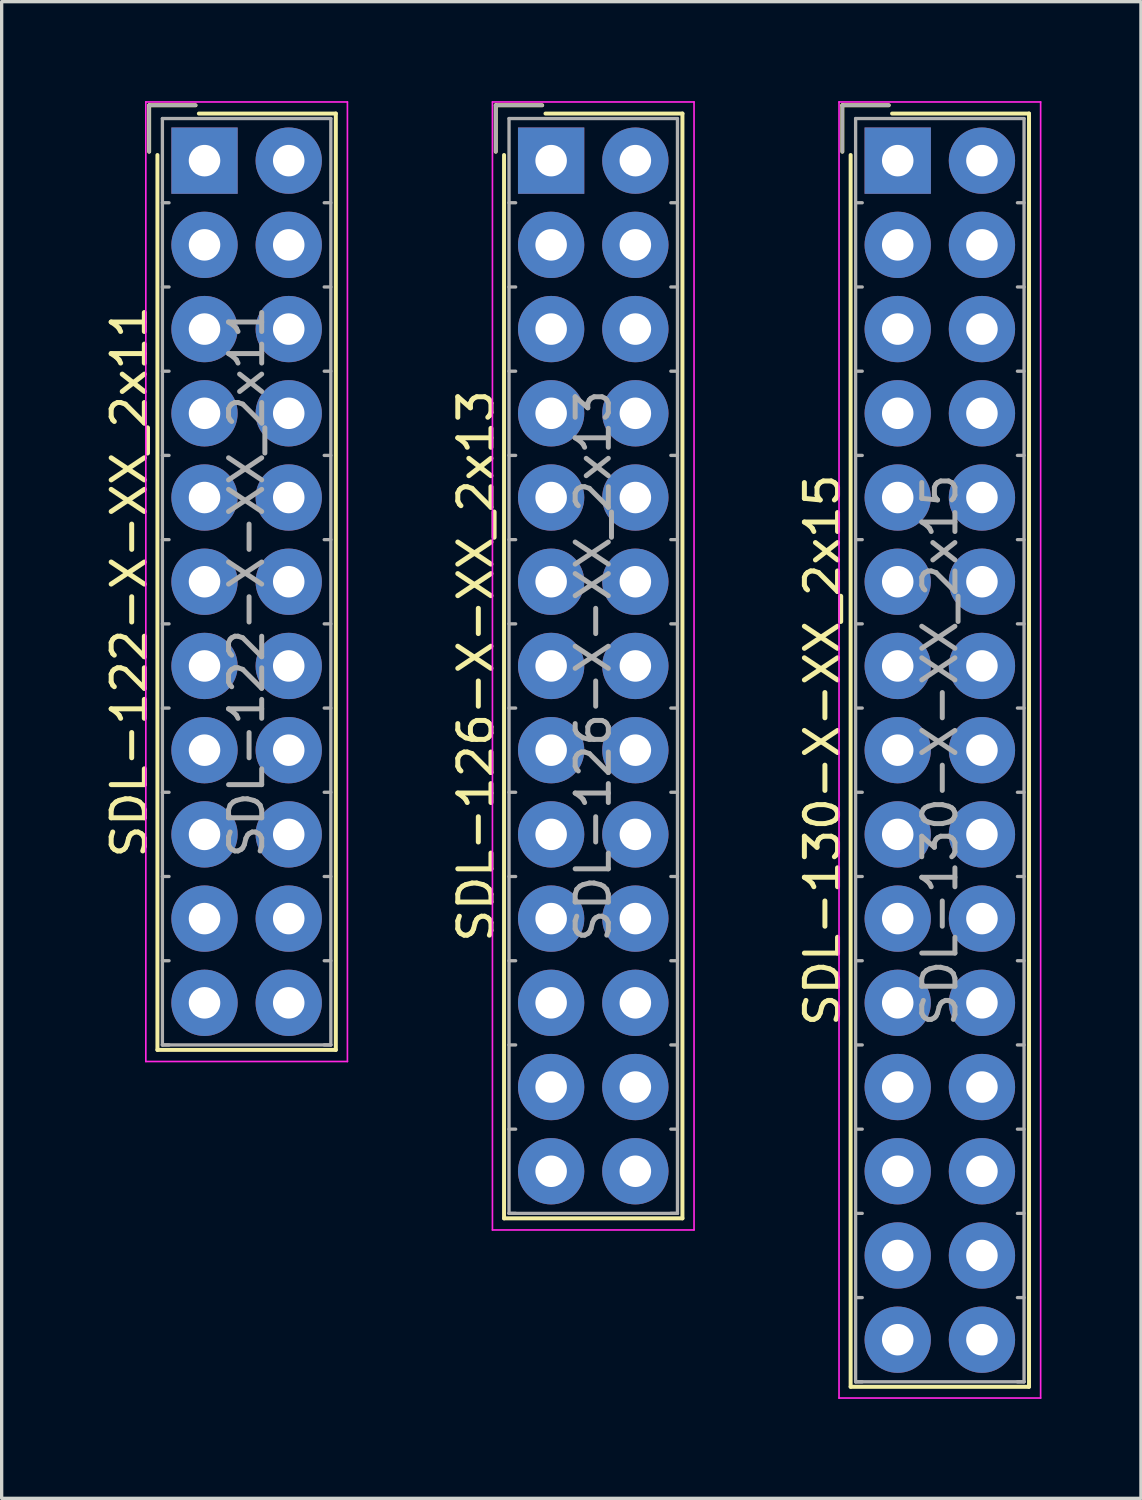
<source format=kicad_pcb>
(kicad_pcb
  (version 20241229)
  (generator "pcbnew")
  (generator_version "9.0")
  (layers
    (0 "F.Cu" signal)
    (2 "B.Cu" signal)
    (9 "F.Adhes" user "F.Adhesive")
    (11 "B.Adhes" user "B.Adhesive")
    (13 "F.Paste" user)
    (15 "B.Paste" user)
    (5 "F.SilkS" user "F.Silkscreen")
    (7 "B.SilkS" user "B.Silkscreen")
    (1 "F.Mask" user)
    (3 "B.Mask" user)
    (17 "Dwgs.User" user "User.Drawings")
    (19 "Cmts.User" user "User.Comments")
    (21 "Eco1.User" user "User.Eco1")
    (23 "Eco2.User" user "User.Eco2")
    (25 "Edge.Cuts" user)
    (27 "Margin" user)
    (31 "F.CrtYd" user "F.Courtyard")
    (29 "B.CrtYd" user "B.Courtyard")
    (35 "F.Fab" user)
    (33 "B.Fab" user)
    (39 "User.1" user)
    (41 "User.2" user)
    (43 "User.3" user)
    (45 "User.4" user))
  (footprint "SDL-130-X-XX_2x15"
    (layer "F.Cu")
    (at 24.025 1.795)
    (property "Reference" "SDL-130-X-XX_2x15" (at -2.27 17.78 90) (layer "F.SilkS") (effects (font (size 1 1) (thickness 0.15))))
    (attr through_hole)
    (fp_line (start -1.67 -1.67) (end -1.67 -0.27) (stroke (width 0.12) (type solid)) (layer "F.SilkS"))
    (fp_line (start -1.42 36.98) (end -1.42 -0.17) (stroke (width 0.12) (type solid)) (layer "F.SilkS"))
    (fp_line (start -0.27 -1.67) (end -1.67 -1.67) (stroke (width 0.12) (type solid)) (layer "F.SilkS"))
    (fp_line (start -0.17 -1.42) (end 3.96 -1.42) (stroke (width 0.12) (type solid)) (layer "F.SilkS"))
    (fp_line (start 3.96 -1.42) (end 3.96 36.98) (stroke (width 0.12) (type solid)) (layer "F.SilkS"))
    (fp_line (start 3.96 36.98) (end -1.42 36.98) (stroke (width 0.12) (type solid)) (layer "F.SilkS"))
    (fp_line (start -1.77 -1.77) (end -1.77 37.32) (stroke (width 0.05) (type solid)) (layer "F.CrtYd"))
    (fp_line (start -1.77 37.32) (end 4.31 37.32) (stroke (width 0.05) (type solid)) (layer "F.CrtYd"))
    (fp_line (start 4.31 -1.77) (end -1.77 -1.77) (stroke (width 0.05) (type solid)) (layer "F.CrtYd"))
    (fp_line (start 4.31 37.32) (end 4.31 -1.77) (stroke (width 0.05) (type solid)) (layer "F.CrtYd"))
    (fp_line (start -1.67 -1.67) (end -1.67 -0.27) (stroke (width 0.1) (type solid)) (layer "F.Fab"))
    (fp_line (start -1.27 -1.27) (end -1.27 36.83) (stroke (width 0.1) (type solid)) (layer "F.Fab"))
    (fp_line (start -1.27 1.27) (end -1.07 1.27) (stroke (width 0.1) (type solid)) (layer "F.Fab"))
    (fp_line (start -1.27 3.81) (end -1.07 3.81) (stroke (width 0.1) (type solid)) (layer "F.Fab"))
    (fp_line (start -1.27 6.35) (end -1.07 6.35) (stroke (width 0.1) (type solid)) (layer "F.Fab"))
    (fp_line (start -1.27 8.89) (end -1.07 8.89) (stroke (width 0.1) (type solid)) (layer "F.Fab"))
    (fp_line (start -1.27 11.43) (end -1.07 11.43) (stroke (width 0.1) (type solid)) (layer "F.Fab"))
    (fp_line (start -1.27 13.97) (end -1.07 13.97) (stroke (width 0.1) (type solid)) (layer "F.Fab"))
    (fp_line (start -1.27 16.51) (end -1.07 16.51) (stroke (width 0.1) (type solid)) (layer "F.Fab"))
    (fp_line (start -1.27 19.05) (end -1.07 19.05) (stroke (width 0.1) (type solid)) (layer "F.Fab"))
    (fp_line (start -1.27 21.59) (end -1.07 21.59) (stroke (width 0.1) (type solid)) (layer "F.Fab"))
    (fp_line (start -1.27 24.13) (end -1.07 24.13) (stroke (width 0.1) (type solid)) (layer "F.Fab"))
    (fp_line (start -1.27 26.67) (end -1.07 26.67) (stroke (width 0.1) (type solid)) (layer "F.Fab"))
    (fp_line (start -1.27 29.21) (end -1.07 29.21) (stroke (width 0.1) (type solid)) (layer "F.Fab"))
    (fp_line (start -1.27 31.75) (end -1.07 31.75) (stroke (width 0.1) (type solid)) (layer "F.Fab"))
    (fp_line (start -1.27 34.29) (end -1.07 34.29) (stroke (width 0.1) (type solid)) (layer "F.Fab"))
    (fp_line (start -1.27 36.83) (end -1.07 36.83) (stroke (width 0.1) (type solid)) (layer "F.Fab"))
    (fp_line (start -1.27 36.83) (end 3.81 36.83) (stroke (width 0.1) (type solid)) (layer "F.Fab"))
    (fp_line (start -0.27 -1.67) (end -1.67 -1.67) (stroke (width 0.1) (type solid)) (layer "F.Fab"))
    (fp_line (start 3.81 -1.27) (end -1.27 -1.27) (stroke (width 0.1) (type solid)) (layer "F.Fab"))
    (fp_line (start 3.81 1.27) (end 3.61 1.27) (stroke (width 0.1) (type solid)) (layer "F.Fab"))
    (fp_line (start 3.81 3.81) (end 3.61 3.81) (stroke (width 0.1) (type solid)) (layer "F.Fab"))
    (fp_line (start 3.81 6.35) (end 3.61 6.35) (stroke (width 0.1) (type solid)) (layer "F.Fab"))
    (fp_line (start 3.81 8.89) (end 3.61 8.89) (stroke (width 0.1) (type solid)) (layer "F.Fab"))
    (fp_line (start 3.81 11.43) (end 3.61 11.43) (stroke (width 0.1) (type solid)) (layer "F.Fab"))
    (fp_line (start 3.81 13.97) (end 3.61 13.97) (stroke (width 0.1) (type solid)) (layer "F.Fab"))
    (fp_line (start 3.81 16.51) (end 3.61 16.51) (stroke (width 0.1) (type solid)) (layer "F.Fab"))
    (fp_line (start 3.81 19.05) (end 3.61 19.05) (stroke (width 0.1) (type solid)) (layer "F.Fab"))
    (fp_line (start 3.81 21.59) (end 3.61 21.59) (stroke (width 0.1) (type solid)) (layer "F.Fab"))
    (fp_line (start 3.81 24.13) (end 3.61 24.13) (stroke (width 0.1) (type solid)) (layer "F.Fab"))
    (fp_line (start 3.81 26.67) (end 3.61 26.67) (stroke (width 0.1) (type solid)) (layer "F.Fab"))
    (fp_line (start 3.81 29.21) (end 3.61 29.21) (stroke (width 0.1) (type solid)) (layer "F.Fab"))
    (fp_line (start 3.81 31.75) (end 3.61 31.75) (stroke (width 0.1) (type solid)) (layer "F.Fab"))
    (fp_line (start 3.81 34.29) (end 3.61 34.29) (stroke (width 0.1) (type solid)) (layer "F.Fab"))
    (fp_line (start 3.81 36.83) (end 3.61 36.83) (stroke (width 0.1) (type solid)) (layer "F.Fab"))
    (fp_line (start 3.81 36.83) (end 3.81 -1.27) (stroke (width 0.1) (type solid)) (layer "F.Fab"))
    (fp_text user "${REFERENCE}" (at 1.27 17.78 90) (layer "F.Fab") (effects (font (size 1 1) (thickness 0.15))))
    (pad "1" thru_hole rect (at 0 0) (size 2 2) (drill 0.95) (layers "*.Cu" "*.Mask"))
    (pad "2" thru_hole circle (at 2.54 0) (size 2 2) (drill 0.95) (layers "*.Cu" "*.Mask"))
    (pad "3" thru_hole circle (at 0 2.54) (size 2 2) (drill 0.95) (layers "*.Cu" "*.Mask"))
    (pad "4" thru_hole circle (at 2.54 2.54) (size 2 2) (drill 0.95) (layers "*.Cu" "*.Mask"))
    (pad "5" thru_hole circle (at 0 5.08) (size 2 2) (drill 0.95) (layers "*.Cu" "*.Mask"))
    (pad "6" thru_hole circle (at 2.54 5.08) (size 2 2) (drill 0.95) (layers "*.Cu" "*.Mask"))
    (pad "7" thru_hole circle (at 0 7.62) (size 2 2) (drill 0.95) (layers "*.Cu" "*.Mask"))
    (pad "8" thru_hole circle (at 2.54 7.62) (size 2 2) (drill 0.95) (layers "*.Cu" "*.Mask"))
    (pad "9" thru_hole circle (at 0 10.16) (size 2 2) (drill 0.95) (layers "*.Cu" "*.Mask"))
    (pad "10" thru_hole circle (at 2.54 10.16) (size 2 2) (drill 0.95) (layers "*.Cu" "*.Mask"))
    (pad "11" thru_hole circle (at 0 12.7) (size 2 2) (drill 0.95) (layers "*.Cu" "*.Mask"))
    (pad "12" thru_hole circle (at 2.54 12.7) (size 2 2) (drill 0.95) (layers "*.Cu" "*.Mask"))
    (pad "13" thru_hole circle (at 0 15.24) (size 2 2) (drill 0.95) (layers "*.Cu" "*.Mask"))
    (pad "14" thru_hole circle (at 2.54 15.24) (size 2 2) (drill 0.95) (layers "*.Cu" "*.Mask"))
    (pad "15" thru_hole circle (at 0 17.78) (size 2 2) (drill 0.95) (layers "*.Cu" "*.Mask"))
    (pad "16" thru_hole circle (at 2.54 17.78) (size 2 2) (drill 0.95) (layers "*.Cu" "*.Mask"))
    (pad "17" thru_hole circle (at 0 20.32) (size 2 2) (drill 0.95) (layers "*.Cu" "*.Mask"))
    (pad "18" thru_hole circle (at 2.54 20.32) (size 2 2) (drill 0.95) (layers "*.Cu" "*.Mask"))
    (pad "19" thru_hole circle (at 0 22.86) (size 2 2) (drill 0.95) (layers "*.Cu" "*.Mask"))
    (pad "20" thru_hole circle (at 2.54 22.86) (size 2 2) (drill 0.95) (layers "*.Cu" "*.Mask"))
    (pad "21" thru_hole circle (at 0 25.4) (size 2 2) (drill 0.95) (layers "*.Cu" "*.Mask"))
    (pad "22" thru_hole circle (at 2.54 25.4) (size 2 2) (drill 0.95) (layers "*.Cu" "*.Mask"))
    (pad "23" thru_hole circle (at 0 27.94) (size 2 2) (drill 0.95) (layers "*.Cu" "*.Mask"))
    (pad "24" thru_hole circle (at 2.54 27.94) (size 2 2) (drill 0.95) (layers "*.Cu" "*.Mask"))
    (pad "25" thru_hole circle (at 0 30.48) (size 2 2) (drill 0.95) (layers "*.Cu" "*.Mask"))
    (pad "26" thru_hole circle (at 2.54 30.48) (size 2 2) (drill 0.95) (layers "*.Cu" "*.Mask"))
    (pad "27" thru_hole circle (at 0 33.02) (size 2 2) (drill 0.95) (layers "*.Cu" "*.Mask"))
    (pad "28" thru_hole circle (at 2.54 33.02) (size 2 2) (drill 0.95) (layers "*.Cu" "*.Mask"))
    (pad "29" thru_hole circle (at 0 35.56) (size 2 2) (drill 0.95) (layers "*.Cu" "*.Mask"))
    (pad "30" thru_hole circle (at 2.54 35.56) (size 2 2) (drill 0.95) (layers "*.Cu" "*.Mask")))
  (footprint "SDL-126-X-XX_2x13"
    (layer "F.Cu")
    (at 13.572 1.795)
    (property "Reference" "SDL-126-X-XX_2x13" (at -2.27 15.24 90) (layer "F.SilkS") (effects (font (size 1 1) (thickness 0.15))))
    (attr through_hole)
    (fp_line (start -1.67 -1.67) (end -1.67 -0.27) (stroke (width 0.12) (type solid)) (layer "F.SilkS"))
    (fp_line (start -1.42 31.9) (end -1.42 -0.17) (stroke (width 0.12) (type solid)) (layer "F.SilkS"))
    (fp_line (start -0.27 -1.67) (end -1.67 -1.67) (stroke (width 0.12) (type solid)) (layer "F.SilkS"))
    (fp_line (start -0.17 -1.42) (end 3.96 -1.42) (stroke (width 0.12) (type solid)) (layer "F.SilkS"))
    (fp_line (start 3.96 -1.42) (end 3.96 31.9) (stroke (width 0.12) (type solid)) (layer "F.SilkS"))
    (fp_line (start 3.96 31.9) (end -1.42 31.9) (stroke (width 0.12) (type solid)) (layer "F.SilkS"))
    (fp_line (start -1.77 -1.77) (end -1.77 32.25) (stroke (width 0.05) (type solid)) (layer "F.CrtYd"))
    (fp_line (start -1.77 32.25) (end 4.31 32.25) (stroke (width 0.05) (type solid)) (layer "F.CrtYd"))
    (fp_line (start 4.31 -1.77) (end -1.77 -1.77) (stroke (width 0.05) (type solid)) (layer "F.CrtYd"))
    (fp_line (start 4.31 32.25) (end 4.31 -1.77) (stroke (width 0.05) (type solid)) (layer "F.CrtYd"))
    (fp_line (start -1.67 -1.67) (end -1.67 -0.27) (stroke (width 0.1) (type solid)) (layer "F.Fab"))
    (fp_line (start -1.27 -1.27) (end -1.27 31.75) (stroke (width 0.1) (type solid)) (layer "F.Fab"))
    (fp_line (start -1.27 1.27) (end -1.07 1.27) (stroke (width 0.1) (type solid)) (layer "F.Fab"))
    (fp_line (start -1.27 3.81) (end -1.07 3.81) (stroke (width 0.1) (type solid)) (layer "F.Fab"))
    (fp_line (start -1.27 6.35) (end -1.07 6.35) (stroke (width 0.1) (type solid)) (layer "F.Fab"))
    (fp_line (start -1.27 8.89) (end -1.07 8.89) (stroke (width 0.1) (type solid)) (layer "F.Fab"))
    (fp_line (start -1.27 11.43) (end -1.07 11.43) (stroke (width 0.1) (type solid)) (layer "F.Fab"))
    (fp_line (start -1.27 13.97) (end -1.07 13.97) (stroke (width 0.1) (type solid)) (layer "F.Fab"))
    (fp_line (start -1.27 16.51) (end -1.07 16.51) (stroke (width 0.1) (type solid)) (layer "F.Fab"))
    (fp_line (start -1.27 19.05) (end -1.07 19.05) (stroke (width 0.1) (type solid)) (layer "F.Fab"))
    (fp_line (start -1.27 21.59) (end -1.07 21.59) (stroke (width 0.1) (type solid)) (layer "F.Fab"))
    (fp_line (start -1.27 24.13) (end -1.07 24.13) (stroke (width 0.1) (type solid)) (layer "F.Fab"))
    (fp_line (start -1.27 26.67) (end -1.07 26.67) (stroke (width 0.1) (type solid)) (layer "F.Fab"))
    (fp_line (start -1.27 29.21) (end -1.07 29.21) (stroke (width 0.1) (type solid)) (layer "F.Fab"))
    (fp_line (start -1.27 31.75) (end -1.07 31.75) (stroke (width 0.1) (type solid)) (layer "F.Fab"))
    (fp_line (start -1.27 31.75) (end 3.81 31.75) (stroke (width 0.1) (type solid)) (layer "F.Fab"))
    (fp_line (start -0.27 -1.67) (end -1.67 -1.67) (stroke (width 0.1) (type solid)) (layer "F.Fab"))
    (fp_line (start 3.81 -1.27) (end -1.27 -1.27) (stroke (width 0.1) (type solid)) (layer "F.Fab"))
    (fp_line (start 3.81 1.27) (end 3.61 1.27) (stroke (width 0.1) (type solid)) (layer "F.Fab"))
    (fp_line (start 3.81 3.81) (end 3.61 3.81) (stroke (width 0.1) (type solid)) (layer "F.Fab"))
    (fp_line (start 3.81 6.35) (end 3.61 6.35) (stroke (width 0.1) (type solid)) (layer "F.Fab"))
    (fp_line (start 3.81 8.89) (end 3.61 8.89) (stroke (width 0.1) (type solid)) (layer "F.Fab"))
    (fp_line (start 3.81 11.43) (end 3.61 11.43) (stroke (width 0.1) (type solid)) (layer "F.Fab"))
    (fp_line (start 3.81 13.97) (end 3.61 13.97) (stroke (width 0.1) (type solid)) (layer "F.Fab"))
    (fp_line (start 3.81 16.51) (end 3.61 16.51) (stroke (width 0.1) (type solid)) (layer "F.Fab"))
    (fp_line (start 3.81 19.05) (end 3.61 19.05) (stroke (width 0.1) (type solid)) (layer "F.Fab"))
    (fp_line (start 3.81 21.59) (end 3.61 21.59) (stroke (width 0.1) (type solid)) (layer "F.Fab"))
    (fp_line (start 3.81 24.13) (end 3.61 24.13) (stroke (width 0.1) (type solid)) (layer "F.Fab"))
    (fp_line (start 3.81 26.67) (end 3.61 26.67) (stroke (width 0.1) (type solid)) (layer "F.Fab"))
    (fp_line (start 3.81 29.21) (end 3.61 29.21) (stroke (width 0.1) (type solid)) (layer "F.Fab"))
    (fp_line (start 3.81 31.75) (end 3.61 31.75) (stroke (width 0.1) (type solid)) (layer "F.Fab"))
    (fp_line (start 3.81 31.75) (end 3.81 -1.27) (stroke (width 0.1) (type solid)) (layer "F.Fab"))
    (fp_text user "${REFERENCE}" (at 1.27 15.24 90) (layer "F.Fab") (effects (font (size 1 1) (thickness 0.15))))
    (pad "1" thru_hole rect (at 0 0) (size 2 2) (drill 0.95) (layers "*.Cu" "*.Mask"))
    (pad "2" thru_hole circle (at 2.54 0) (size 2 2) (drill 0.95) (layers "*.Cu" "*.Mask"))
    (pad "3" thru_hole circle (at 0 2.54) (size 2 2) (drill 0.95) (layers "*.Cu" "*.Mask"))
    (pad "4" thru_hole circle (at 2.54 2.54) (size 2 2) (drill 0.95) (layers "*.Cu" "*.Mask"))
    (pad "5" thru_hole circle (at 0 5.08) (size 2 2) (drill 0.95) (layers "*.Cu" "*.Mask"))
    (pad "6" thru_hole circle (at 2.54 5.08) (size 2 2) (drill 0.95) (layers "*.Cu" "*.Mask"))
    (pad "7" thru_hole circle (at 0 7.62) (size 2 2) (drill 0.95) (layers "*.Cu" "*.Mask"))
    (pad "8" thru_hole circle (at 2.54 7.62) (size 2 2) (drill 0.95) (layers "*.Cu" "*.Mask"))
    (pad "9" thru_hole circle (at 0 10.16) (size 2 2) (drill 0.95) (layers "*.Cu" "*.Mask"))
    (pad "10" thru_hole circle (at 2.54 10.16) (size 2 2) (drill 0.95) (layers "*.Cu" "*.Mask"))
    (pad "11" thru_hole circle (at 0 12.7) (size 2 2) (drill 0.95) (layers "*.Cu" "*.Mask"))
    (pad "12" thru_hole circle (at 2.54 12.7) (size 2 2) (drill 0.95) (layers "*.Cu" "*.Mask"))
    (pad "13" thru_hole circle (at 0 15.24) (size 2 2) (drill 0.95) (layers "*.Cu" "*.Mask"))
    (pad "14" thru_hole circle (at 2.54 15.24) (size 2 2) (drill 0.95) (layers "*.Cu" "*.Mask"))
    (pad "15" thru_hole circle (at 0 17.78) (size 2 2) (drill 0.95) (layers "*.Cu" "*.Mask"))
    (pad "16" thru_hole circle (at 2.54 17.78) (size 2 2) (drill 0.95) (layers "*.Cu" "*.Mask"))
    (pad "17" thru_hole circle (at 0 20.32) (size 2 2) (drill 0.95) (layers "*.Cu" "*.Mask"))
    (pad "18" thru_hole circle (at 2.54 20.32) (size 2 2) (drill 0.95) (layers "*.Cu" "*.Mask"))
    (pad "19" thru_hole circle (at 0 22.86) (size 2 2) (drill 0.95) (layers "*.Cu" "*.Mask"))
    (pad "20" thru_hole circle (at 2.54 22.86) (size 2 2) (drill 0.95) (layers "*.Cu" "*.Mask"))
    (pad "21" thru_hole circle (at 0 25.4) (size 2 2) (drill 0.95) (layers "*.Cu" "*.Mask"))
    (pad "22" thru_hole circle (at 2.54 25.4) (size 2 2) (drill 0.95) (layers "*.Cu" "*.Mask"))
    (pad "23" thru_hole circle (at 0 27.94) (size 2 2) (drill 0.95) (layers "*.Cu" "*.Mask"))
    (pad "24" thru_hole circle (at 2.54 27.94) (size 2 2) (drill 0.95) (layers "*.Cu" "*.Mask"))
    (pad "25" thru_hole circle (at 0 30.48) (size 2 2) (drill 0.95) (layers "*.Cu" "*.Mask"))
    (pad "26" thru_hole circle (at 2.54 30.48) (size 2 2) (drill 0.95) (layers "*.Cu" "*.Mask")))
  (footprint "SDL-122-X-XX_2x11"
    (layer "F.Cu")
    (at 3.118 1.795)
    (property "Reference" "SDL-122-X-XX_2x11" (at -2.27 12.7 90) (layer "F.SilkS") (effects (font (size 1 1) (thickness 0.15))))
    (attr through_hole)
    (fp_line (start -1.67 -1.67) (end -1.67 -0.27) (stroke (width 0.12) (type solid)) (layer "F.SilkS"))
    (fp_line (start -1.42 26.82) (end -1.42 -0.17) (stroke (width 0.12) (type solid)) (layer "F.SilkS"))
    (fp_line (start -0.27 -1.67) (end -1.67 -1.67) (stroke (width 0.12) (type solid)) (layer "F.SilkS"))
    (fp_line (start -0.17 -1.42) (end 3.96 -1.42) (stroke (width 0.12) (type solid)) (layer "F.SilkS"))
    (fp_line (start 3.96 -1.42) (end 3.96 26.82) (stroke (width 0.12) (type solid)) (layer "F.SilkS"))
    (fp_line (start 3.96 26.82) (end -1.42 26.82) (stroke (width 0.12) (type solid)) (layer "F.SilkS"))
    (fp_line (start -1.77 -1.77) (end -1.77 27.17) (stroke (width 0.05) (type solid)) (layer "F.CrtYd"))
    (fp_line (start -1.77 27.17) (end 4.31 27.17) (stroke (width 0.05) (type solid)) (layer "F.CrtYd"))
    (fp_line (start 4.31 -1.77) (end -1.77 -1.77) (stroke (width 0.05) (type solid)) (layer "F.CrtYd"))
    (fp_line (start 4.31 27.17) (end 4.31 -1.77) (stroke (width 0.05) (type solid)) (layer "F.CrtYd"))
    (fp_line (start -1.67 -1.67) (end -1.67 -0.27) (stroke (width 0.1) (type solid)) (layer "F.Fab"))
    (fp_line (start -1.27 -1.27) (end -1.27 26.67) (stroke (width 0.1) (type solid)) (layer "F.Fab"))
    (fp_line (start -1.27 1.27) (end -1.07 1.27) (stroke (width 0.1) (type solid)) (layer "F.Fab"))
    (fp_line (start -1.27 3.81) (end -1.07 3.81) (stroke (width 0.1) (type solid)) (layer "F.Fab"))
    (fp_line (start -1.27 6.35) (end -1.07 6.35) (stroke (width 0.1) (type solid)) (layer "F.Fab"))
    (fp_line (start -1.27 8.89) (end -1.07 8.89) (stroke (width 0.1) (type solid)) (layer "F.Fab"))
    (fp_line (start -1.27 11.43) (end -1.07 11.43) (stroke (width 0.1) (type solid)) (layer "F.Fab"))
    (fp_line (start -1.27 13.97) (end -1.07 13.97) (stroke (width 0.1) (type solid)) (layer "F.Fab"))
    (fp_line (start -1.27 16.51) (end -1.07 16.51) (stroke (width 0.1) (type solid)) (layer "F.Fab"))
    (fp_line (start -1.27 19.05) (end -1.07 19.05) (stroke (width 0.1) (type solid)) (layer "F.Fab"))
    (fp_line (start -1.27 21.59) (end -1.07 21.59) (stroke (width 0.1) (type solid)) (layer "F.Fab"))
    (fp_line (start -1.27 24.13) (end -1.07 24.13) (stroke (width 0.1) (type solid)) (layer "F.Fab"))
    (fp_line (start -1.27 26.67) (end -1.07 26.67) (stroke (width 0.1) (type solid)) (layer "F.Fab"))
    (fp_line (start -1.27 26.67) (end 3.81 26.67) (stroke (width 0.1) (type solid)) (layer "F.Fab"))
    (fp_line (start -0.27 -1.67) (end -1.67 -1.67) (stroke (width 0.1) (type solid)) (layer "F.Fab"))
    (fp_line (start 3.81 -1.27) (end -1.27 -1.27) (stroke (width 0.1) (type solid)) (layer "F.Fab"))
    (fp_line (start 3.81 1.27) (end 3.61 1.27) (stroke (width 0.1) (type solid)) (layer "F.Fab"))
    (fp_line (start 3.81 3.81) (end 3.61 3.81) (stroke (width 0.1) (type solid)) (layer "F.Fab"))
    (fp_line (start 3.81 6.35) (end 3.61 6.35) (stroke (width 0.1) (type solid)) (layer "F.Fab"))
    (fp_line (start 3.81 8.89) (end 3.61 8.89) (stroke (width 0.1) (type solid)) (layer "F.Fab"))
    (fp_line (start 3.81 11.43) (end 3.61 11.43) (stroke (width 0.1) (type solid)) (layer "F.Fab"))
    (fp_line (start 3.81 13.97) (end 3.61 13.97) (stroke (width 0.1) (type solid)) (layer "F.Fab"))
    (fp_line (start 3.81 16.51) (end 3.61 16.51) (stroke (width 0.1) (type solid)) (layer "F.Fab"))
    (fp_line (start 3.81 19.05) (end 3.61 19.05) (stroke (width 0.1) (type solid)) (layer "F.Fab"))
    (fp_line (start 3.81 21.59) (end 3.61 21.59) (stroke (width 0.1) (type solid)) (layer "F.Fab"))
    (fp_line (start 3.81 24.13) (end 3.61 24.13) (stroke (width 0.1) (type solid)) (layer "F.Fab"))
    (fp_line (start 3.81 26.67) (end 3.61 26.67) (stroke (width 0.1) (type solid)) (layer "F.Fab"))
    (fp_line (start 3.81 26.67) (end 3.81 -1.27) (stroke (width 0.1) (type solid)) (layer "F.Fab"))
    (fp_text user "${REFERENCE}" (at 1.27 12.7 90) (layer "F.Fab") (effects (font (size 1 1) (thickness 0.15))))
    (pad "1" thru_hole rect (at 0 0) (size 2 2) (drill 0.95) (layers "*.Cu" "*.Mask"))
    (pad "2" thru_hole circle (at 2.54 0) (size 2 2) (drill 0.95) (layers "*.Cu" "*.Mask"))
    (pad "3" thru_hole circle (at 0 2.54) (size 2 2) (drill 0.95) (layers "*.Cu" "*.Mask"))
    (pad "4" thru_hole circle (at 2.54 2.54) (size 2 2) (drill 0.95) (layers "*.Cu" "*.Mask"))
    (pad "5" thru_hole circle (at 0 5.08) (size 2 2) (drill 0.95) (layers "*.Cu" "*.Mask"))
    (pad "6" thru_hole circle (at 2.54 5.08) (size 2 2) (drill 0.95) (layers "*.Cu" "*.Mask"))
    (pad "7" thru_hole circle (at 0 7.62) (size 2 2) (drill 0.95) (layers "*.Cu" "*.Mask"))
    (pad "8" thru_hole circle (at 2.54 7.62) (size 2 2) (drill 0.95) (layers "*.Cu" "*.Mask"))
    (pad "9" thru_hole circle (at 0 10.16) (size 2 2) (drill 0.95) (layers "*.Cu" "*.Mask"))
    (pad "10" thru_hole circle (at 2.54 10.16) (size 2 2) (drill 0.95) (layers "*.Cu" "*.Mask"))
    (pad "11" thru_hole circle (at 0 12.7) (size 2 2) (drill 0.95) (layers "*.Cu" "*.Mask"))
    (pad "12" thru_hole circle (at 2.54 12.7) (size 2 2) (drill 0.95) (layers "*.Cu" "*.Mask"))
    (pad "13" thru_hole circle (at 0 15.24) (size 2 2) (drill 0.95) (layers "*.Cu" "*.Mask"))
    (pad "14" thru_hole circle (at 2.54 15.24) (size 2 2) (drill 0.95) (layers "*.Cu" "*.Mask"))
    (pad "15" thru_hole circle (at 0 17.78) (size 2 2) (drill 0.95) (layers "*.Cu" "*.Mask"))
    (pad "16" thru_hole circle (at 2.54 17.78) (size 2 2) (drill 0.95) (layers "*.Cu" "*.Mask"))
    (pad "17" thru_hole circle (at 0 20.32) (size 2 2) (drill 0.95) (layers "*.Cu" "*.Mask"))
    (pad "18" thru_hole circle (at 2.54 20.32) (size 2 2) (drill 0.95) (layers "*.Cu" "*.Mask"))
    (pad "19" thru_hole circle (at 0 22.86) (size 2 2) (drill 0.95) (layers "*.Cu" "*.Mask"))
    (pad "20" thru_hole circle (at 2.54 22.86) (size 2 2) (drill 0.95) (layers "*.Cu" "*.Mask"))
    (pad "21" thru_hole circle (at 0 25.4) (size 2 2) (drill 0.95) (layers "*.Cu" "*.Mask"))
    (pad "22" thru_hole circle (at 2.54 25.4) (size 2 2) (drill 0.95) (layers "*.Cu" "*.Mask")))
  (gr_rect
    (start -3 -3)
    (end 31.36 42.14)
    (stroke (width 0.1) (type default))
    (fill no)
    (layer "Edge.Cuts")))
</source>
